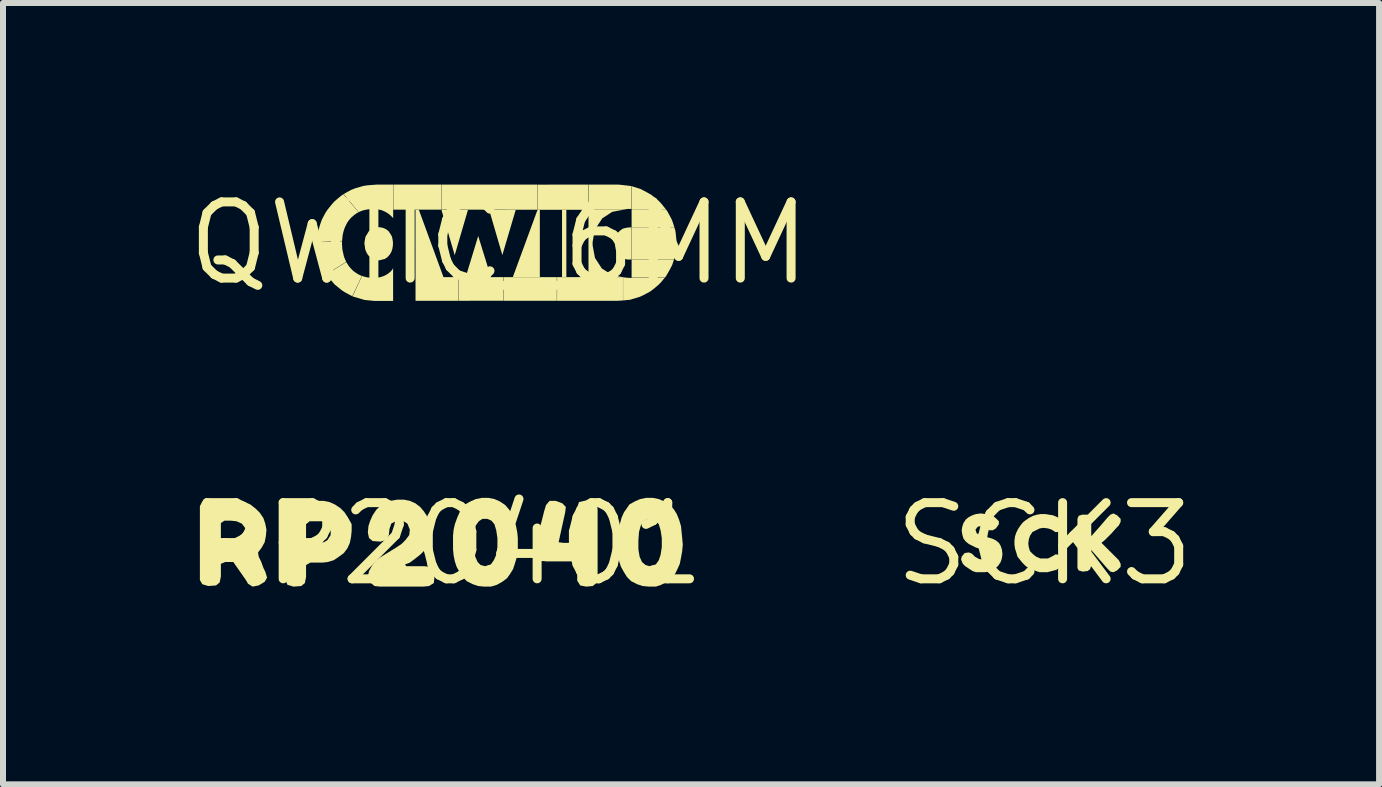
<source format=kicad_pcb>
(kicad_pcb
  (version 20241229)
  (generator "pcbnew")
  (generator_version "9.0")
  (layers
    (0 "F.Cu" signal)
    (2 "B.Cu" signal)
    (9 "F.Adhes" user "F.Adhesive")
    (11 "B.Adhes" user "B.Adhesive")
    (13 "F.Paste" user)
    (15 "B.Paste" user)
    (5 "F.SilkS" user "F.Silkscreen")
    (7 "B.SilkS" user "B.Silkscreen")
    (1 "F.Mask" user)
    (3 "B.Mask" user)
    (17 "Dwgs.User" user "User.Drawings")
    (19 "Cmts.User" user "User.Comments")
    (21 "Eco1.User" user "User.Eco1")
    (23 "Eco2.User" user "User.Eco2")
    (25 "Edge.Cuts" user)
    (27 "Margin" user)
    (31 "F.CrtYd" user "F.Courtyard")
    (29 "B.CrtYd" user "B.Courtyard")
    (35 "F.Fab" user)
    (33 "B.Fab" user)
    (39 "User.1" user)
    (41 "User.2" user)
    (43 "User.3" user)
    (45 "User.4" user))
  (footprint "QWIIC_6MM"
    (layer "F.Cu")
    (at 5.269 1.006)
    (property "Reference" "QWIIC_6MM" (at 0 0 0) (layer "F.SilkS") (effects (font (size 1.27 1.27) (thickness 0.15))))
    (attr through_hole)
    (fp_poly (pts (xy -0.96 -0.557) (xy -0.739 0.198) (xy -0.518 -0.558) (xy -0.958 -0.557)) (stroke (width 0) (type solid)) (fill yes) (layer "F.SilkS"))
    (fp_poly (pts (xy -0.348 -0.12) (xy -0.556 0.563) (xy -0.135 0.563) (xy -0.347 -0.121)) (stroke (width 0) (type solid)) (fill yes) (layer "F.SilkS"))
    (fp_poly (pts (xy -0.165 -0.558) (xy 0.055 0.196) (xy 0.278 -0.557) (xy -0.163 -0.557)) (stroke (width 0) (type solid)) (fill yes) (layer "F.SilkS"))
    (fp_poly (pts (xy -1.764 -0.979) (xy -0.964 -0.979) (xy -0.964 -0.561) (xy -1.762 -0.561) (xy -1.762 -0.979)) (stroke (width 0) (type solid)) (fill yes) (layer "F.SilkS"))
    (fp_poly (pts (xy -0.961 -0.979) (xy -0.961 -0.561) (xy 0.64 -0.56) (xy 0.64 -0.979) (xy -0.96 -0.979)) (stroke (width 0) (type solid)) (fill yes) (layer "F.SilkS"))
    (fp_poly (pts (xy -0.672 0.564) (xy -0.672 0.958) (xy 0.073 0.957) (xy 0.072 0.564) (xy -0.67 0.564)) (stroke (width 0) (type solid)) (fill yes) (layer "F.SilkS"))
    (fp_poly (pts (xy 0.075 0.564) (xy 0.075 0.958) (xy 0.963 0.958) (xy 0.963 0.564) (xy 0.076 0.564)) (stroke (width 0) (type solid)) (fill yes) (layer "F.SilkS"))
    (fp_poly (pts (xy 0.641 -0.557) (xy 0.23 0.563) (xy 0.68 0.563) (xy 0.68 -0.557) (xy 0.642 -0.557)) (stroke (width 0) (type solid)) (fill yes) (layer "F.SilkS"))
    (fp_poly (pts (xy 0.642 -0.979) (xy 0.642 -0.559) (xy 1.491 -0.559) (xy 1.49 -0.979) (xy 0.641 -0.978)) (stroke (width 0) (type solid)) (fill yes) (layer "F.SilkS"))
    (fp_poly (pts (xy 1.05 -0.558) (xy 1.05 0.561) (xy 1.122 0.561) (xy 1.122 -0.558) (xy 1.051 -0.558)) (stroke (width 0) (type solid)) (fill yes) (layer "F.SilkS"))
    (fp_poly (pts (xy 0.966 0.564) (xy 2.066 0.564) (xy 2.066 0.953) (xy 1.976 0.958) (xy 0.967 0.958) (xy 0.968 0.567)) (stroke (width 0) (type solid)) (fill yes) (layer "F.SilkS"))
    (fp_poly (pts (xy -1.393 -0.559) (xy -1.392 0.958) (xy -0.675 0.958) (xy -0.675 0.564) (xy -0.926 0.564) (xy -1.337 -0.56) (xy -1.393 -0.56)) (stroke (width 0) (type solid)) (fill yes) (layer "F.SilkS"))
    (fp_poly (pts (xy 1.494 -0.979) (xy 1.494 -0.559) (xy 2.052 -0.559) (xy 2.144 -0.573) (xy 2.206 -0.573) (xy 2.206 -0.954) (xy 1.992 -0.979) (xy 1.495 -0.979)) (stroke (width 0) (type solid)) (fill yes) (layer "F.SilkS"))
    (fp_poly (pts (xy 2.21 -0.57) (xy 2.21 -0.271) (xy 2.921 -0.272) (xy 2.893 -0.36) (xy 2.873 -0.409) (xy 2.834 -0.481) (xy 2.803 -0.537) (xy 2.779 -0.569) (xy 2.211 -0.569)) (stroke (width 0) (type solid)) (fill yes) (layer "F.SilkS"))
    (fp_poly (pts (xy 2.21 0.273) (xy 2.21 0.573) (xy 2.764 0.573) (xy 2.786 0.544) (xy 2.846 0.439) (xy 2.885 0.364) (xy 2.897 0.33) (xy 2.915 0.272) (xy 2.211 0.272)) (stroke (width 0) (type solid)) (fill yes) (layer "F.SilkS"))
    (fp_poly (pts (xy 2.209 -0.953) (xy 2.209 -0.571) (xy 2.778 -0.571) (xy 2.702 -0.665) (xy 2.664 -0.705) (xy 2.624 -0.738) (xy 2.58 -0.774) (xy 2.547 -0.802) (xy 2.504 -0.828) (xy 2.42 -0.874) (xy 2.355 -0.907) (xy 2.302 -0.924)) (stroke (width 0) (type solid)) (fill yes) (layer "F.SilkS"))
    (fp_poly (pts (xy 2.209 -0.268) (xy 2.209 0.272) (xy 2.915 0.271) (xy 2.935 0.207) (xy 2.944 0.16) (xy 2.96 0.005) (xy 2.954 -0.082) (xy 2.943 -0.183) (xy 2.938 -0.215) (xy 2.926 -0.254) (xy 2.922 -0.269) (xy 2.21 -0.269)) (stroke (width 0) (type solid)) (fill yes) (layer "F.SilkS"))
    (fp_poly (pts (xy 1.491 -0.557) (xy 1.491 0.564) (xy 2.06 0.564) (xy 1.895 0.534) (xy 1.714 0.42) (xy 1.599 0.243) (xy 1.56 0.035) (xy 1.56 -0.02) (xy 1.595 -0.226) (xy 1.721 -0.416) (xy 1.886 -0.524) (xy 2.048 -0.556) (xy 1.493 -0.556)) (stroke (width 0) (type solid)) (fill yes) (layer "F.SilkS"))
    (fp_poly (pts (xy 2.07 0.565) (xy 2.104 0.571) (xy 2.147 0.575) (xy 2.196 0.577) (xy 2.76 0.577) (xy 2.7 0.649) (xy 2.657 0.693) (xy 2.582 0.756) (xy 2.52 0.803) (xy 2.454 0.839) (xy 2.397 0.869) (xy 2.335 0.896) (xy 2.265 0.917) (xy 2.203 0.935) (xy 2.185 0.941) (xy 2.068 0.952) (xy 2.068 0.565)) (stroke (width 0) (type solid)) (fill yes) (layer "F.SilkS"))
    (fp_poly (pts (xy 2.207 -0.267) (xy 2.207 0.27) (xy 2.14 0.27) (xy 2.093 0.261) (xy 2.041 0.239) (xy 2.002 0.209) (xy 1.975 0.169) (xy 1.949 0.119) (xy 1.933 0.028) (xy 1.933 -0.012) (xy 1.942 -0.087) (xy 1.963 -0.138) (xy 1.986 -0.183) (xy 2.024 -0.217) (xy 2.06 -0.242) (xy 2.09 -0.252) (xy 2.146 -0.263) (xy 2.206 -0.267)) (stroke (width 0) (type solid)) (fill yes) (layer "F.SilkS"))
    (fp_poly (pts (xy -2.286 0.543) (xy -2.447 0.883) (xy -2.486 0.861) (xy -2.52 0.843) (xy -2.561 0.821) (xy -2.607 0.793) (xy -2.63 0.776) (xy -2.746 0.681) (xy -2.808 0.607) (xy -2.842 0.566) (xy -2.878 0.518) (xy -2.546 0.312) (xy -2.534 0.333) (xy -2.51 0.371) (xy -2.492 0.395) (xy -2.47 0.42) (xy -2.443 0.448) (xy -2.413 0.474) (xy -2.383 0.494) (xy -2.348 0.516) (xy -2.316 0.532)) (stroke (width 0) (type solid)) (fill yes) (layer "F.SilkS"))
    (fp_poly (pts (xy -2.88 0.516) (xy -2.548 0.309) (xy -2.561 0.28) (xy -2.576 0.246) (xy -2.587 0.214) (xy -2.598 0.165) (xy -2.608 0.121) (xy -2.613 0.089) (xy -2.617 0.024) (xy -2.618 -0.002) (xy -2.617 -0.035) (xy -3.032 -0.017) (xy -3.031 0.026) (xy -3.026 0.077) (xy -3.021 0.124) (xy -3.017 0.163) (xy -3.01 0.196) (xy -2.992 0.262) (xy -2.964 0.346) (xy -2.942 0.4) (xy -2.917 0.445) (xy -2.89 0.495) (xy -2.879 0.515)) (stroke (width 0) (type solid)) (fill yes) (layer "F.SilkS"))
    (fp_poly (pts (xy -1.766 0.417) (xy -1.766 0.961) (xy -2.072 0.961) (xy -2.243 0.944) (xy -2.443 0.885) (xy -2.284 0.544) (xy -2.222 0.563) (xy -2.161 0.573) (xy -2.125 0.576) (xy -2.095 0.577) (xy -2.065 0.577) (xy -2.029 0.573) (xy -1.997 0.568) (xy -1.968 0.561) (xy -1.931 0.549) (xy -1.903 0.537) (xy -1.873 0.52) (xy -1.851 0.506) (xy -1.832 0.491) (xy -1.809 0.472) (xy -1.79 0.452) (xy -1.78 0.438) (xy -1.774 0.428) (xy -1.767 0.416)) (stroke (width 0) (type solid)) (fill yes) (layer "F.SilkS"))
    (fp_poly (pts (xy -2.174 -0.196) (xy -2.227 -0.108) (xy -2.245 -0.004) (xy -2.231 0.1) (xy -2.21 0.153) (xy -2.181 0.2) (xy -2.108 0.264) (xy -2.003 0.285) (xy -1.901 0.26) (xy -1.857 0.227) (xy -1.824 0.191) (xy -1.795 0.143) (xy -1.779 0.095) (xy -1.77 0.041) (xy -1.768 -0.015) (xy -1.776 -0.07) (xy -1.786 -0.113) (xy -1.807 -0.151) (xy -1.843 -0.204) (xy -1.884 -0.235) (xy -1.933 -0.257) (xy -1.982 -0.267) (xy -2.033 -0.267) (xy -2.085 -0.255) (xy -2.132 -0.23) (xy -2.174 -0.198)) (stroke (width 0) (type solid)) (fill yes) (layer "F.SilkS"))
    (fp_poly (pts (xy -2.591 -0.821) (xy -2.34 -0.519) (xy -2.309 -0.533) (xy -2.274 -0.547) (xy -2.233 -0.557) (xy -2.183 -0.566) (xy -2.141 -0.57) (xy -2.094 -0.572) (xy -2.077 -0.572) (xy -2.046 -0.569) (xy -2.025 -0.567) (xy -1.995 -0.561) (xy -1.982 -0.558) (xy -1.958 -0.552) (xy -1.936 -0.543) (xy -1.907 -0.531) (xy -1.879 -0.516) (xy -1.853 -0.5) (xy -1.823 -0.477) (xy -1.798 -0.454) (xy -1.773 -0.429) (xy -1.765 -0.42) (xy -1.765 -0.979) (xy -2.038 -0.979) (xy -2.202 -0.966) (xy -2.269 -0.955) (xy -2.394 -0.918) (xy -2.462 -0.892) (xy -2.523 -0.859) (xy -2.589 -0.822)) (stroke (width 0) (type solid)) (fill yes) (layer "F.SilkS"))
    (fp_poly (pts (xy -2.99 -0.289) (xy -3.017 -0.189) (xy -3.023 -0.128) (xy -3.03 -0.06) (xy -3.033 -0.02) (xy -2.616 -0.041) (xy -2.61 -0.11) (xy -2.606 -0.139) (xy -2.599 -0.171) (xy -2.591 -0.204) (xy -2.578 -0.245) (xy -2.565 -0.276) (xy -2.548 -0.312) (xy -2.529 -0.347) (xy -2.514 -0.369) (xy -2.491 -0.399) (xy -2.459 -0.435) (xy -2.406 -0.478) (xy -2.378 -0.498) (xy -2.342 -0.518) (xy -2.594 -0.819) (xy -2.629 -0.795) (xy -2.678 -0.755) (xy -2.706 -0.731) (xy -2.73 -0.71) (xy -2.748 -0.694) (xy -2.773 -0.666) (xy -2.808 -0.624) (xy -2.84 -0.585) (xy -2.862 -0.556) (xy -2.881 -0.529) (xy -2.899 -0.498) (xy -2.915 -0.469) (xy -2.955 -0.391) (xy -2.983 -0.312) (xy -2.99 -0.288)) (stroke (width 0) (type solid)) (fill yes) (layer "F.SilkS")))
  (footprint "RP20401"
    (layer "F.Cu")
    (at 4.392 6.019)
    (property "Reference" "RP20401" (at 0 0 0) (layer "F.SilkS") (effects (font (size 1.27 1.27) (thickness 0.15))))
    (attr through_hole)
    (fp_poly (pts (xy 2.21 -0.7) (xy 2.18 -0.61) (xy 2.18 -0.1) (xy 2.16 -0.02) (xy 1.95 -0.02) (xy 1.87 -0.03) (xy 1.98 -0.53) (xy 1.99 -0.62) (xy 1.93 -0.68) (xy 1.82 -0.72) (xy 1.72 -0.72) (xy 1.66 -0.65) (xy 1.63 -0.55) (xy 1.48 0.04) (xy 1.48 0.14) (xy 1.49 0.24) (xy 1.56 0.28) (xy 1.68 0.29) (xy 2.09 0.29) (xy 2.18 0.3) (xy 2.18 0.51) (xy 2.18 0.61) (xy 2.23 0.69) (xy 2.33 0.71) (xy 2.44 0.7) (xy 2.51 0.64) (xy 2.52 0.54) (xy 2.52 -0.58) (xy 2.5 -0.67) (xy 2.42 -0.72) (xy 2.3 -0.72)) (stroke (width 0) (type solid)) (fill yes) (layer "F.SilkS"))
    (fp_poly (pts (xy -1.59 -0.35) (xy -1.64 -0.44) (xy -1.7 -0.53) (xy -1.77 -0.6) (xy -1.86 -0.66) (xy -1.95 -0.7) (xy -2.05 -0.72) (xy -2.14 -0.72) (xy -2.45 -0.72) (xy -2.56 -0.72) (xy -2.65 -0.69) (xy -2.69 -0.61) (xy -2.69 0.51) (xy -2.68 0.61) (xy -2.65 0.68) (xy -2.55 0.71) (xy -2.42 0.7) (xy -2.36 0.65) (xy -2.34 0.55) (xy -2.34 0.35) (xy -2.27 0.31) (xy -2.07 0.31) (xy -1.98 0.3) (xy -1.88 0.27) (xy -2.04 -0.03) (xy -2.34 -0.03) (xy -2.34 -0.33) (xy -2.28 -0.38) (xy -2.08 -0.38) (xy -1.99 -0.34) (xy -1.93 -0.26) (xy -1.93 -0.15) (xy -1.98 -0.07) (xy -2.04 -0.03) (xy -1.88 0.27) (xy -1.79 0.21) (xy -1.71 0.15) (xy -1.65 0.07) (xy -1.61 -0.02) (xy -1.59 -0.12) (xy -1.58 -0.22) (xy -1.58 -0.33)) (stroke (width 0) (type solid)) (fill yes) (layer "F.SilkS"))
    (fp_poly (pts (xy -3.05 0.4) (xy -3.09 0.29) (xy -3.13 0.21) (xy -3.14 0.14) (xy -3.08 0.06) (xy -3.03 -0.03) (xy -3.01 -0.13) (xy -3 -0.24) (xy -3.02 -0.34) (xy -3.05 -0.43) (xy -3.11 -0.52) (xy -3.18 -0.59) (xy -3.41 -0.34) (xy -3.35 -0.26) (xy -3.36 -0.15) (xy -3.41 -0.07) (xy -3.51 -0.04) (xy -3.71 -0.04) (xy -3.76 -0.04) (xy -3.76 -0.35) (xy -3.7 -0.39) (xy -3.6 -0.39) (xy -3.5 -0.38) (xy -3.41 -0.34) (xy -3.18 -0.59) (xy -3.27 -0.66) (xy -3.36 -0.7) (xy -3.45 -0.73) (xy -3.55 -0.73) (xy -3.97 -0.73) (xy -4.07 -0.71) (xy -4.11 -0.63) (xy -4.11 -0.53) (xy -4.11 0.49) (xy -4.11 0.6) (xy -4.07 0.67) (xy -3.97 0.7) (xy -3.84 0.69) (xy -3.78 0.64) (xy -3.76 0.54) (xy -3.76 0.33) (xy -3.69 0.3) (xy -3.49 0.3) (xy -3.41 0.42) (xy -3.31 0.66) (xy -3.23 0.71) (xy -3.13 0.69) (xy -3.03 0.63) (xy -2.99 0.56) (xy -3.02 0.46)) (stroke (width 0) (type solid)) (fill yes) (layer "F.SilkS"))
    (fp_poly (pts (xy -0.37 0.37) (xy -0.67 0.37) (xy -0.69 0.34) (xy -0.61 0.31) (xy -0.53 0.25) (xy -0.44 0.18) (xy -0.37 0.11) (xy -0.31 0.02) (xy -0.28 -0.07) (xy -0.26 -0.17) (xy -0.26 -0.27) (xy -0.28 -0.37) (xy -0.32 -0.46) (xy -0.38 -0.55) (xy -0.44 -0.62) (xy -0.52 -0.68) (xy -0.61 -0.72) (xy -0.71 -0.74) (xy -0.82 -0.74) (xy -0.93 -0.72) (xy -1.02 -0.69) (xy -1.1 -0.64) (xy -1.17 -0.57) (xy -1.23 -0.48) (xy -1.27 -0.39) (xy -1.3 -0.3) (xy -1.31 -0.19) (xy -1.29 -0.1) (xy -1.23 -0.05) (xy -1.1 -0.04) (xy -1 -0.07) (xy -0.96 -0.15) (xy -0.95 -0.25) (xy -0.92 -0.34) (xy -0.83 -0.39) (xy -0.73 -0.39) (xy -0.65 -0.34) (xy -0.61 -0.24) (xy -0.62 -0.15) (xy -0.68 -0.07) (xy -0.75 0) (xy -0.84 0.06) (xy -1.1 0.22) (xy -1.18 0.28) (xy -1.24 0.36) (xy -1.29 0.45) (xy -1.31 0.54) (xy -1.27 0.64) (xy -1.2 0.7) (xy -1.1 0.71) (xy -0.39 0.71) (xy -0.29 0.7) (xy -0.21 0.65) (xy -0.2 0.55) (xy -0.21 0.45) (xy -0.27 0.38)) (stroke (width 0) (type solid)) (fill yes) (layer "F.SilkS"))
    (fp_poly (pts (xy 0.27 -0.6) (xy 0.22 -0.53) (xy 0.18 -0.44) (xy 0.14 -0.33) (xy 0.12 -0.24) (xy 0.11 -0.14) (xy 0.11 -0.02) (xy 0.11 0.09) (xy 0.12 0.19) (xy 0.14 0.29) (xy 0.17 0.38) (xy 0.22 0.47) (xy 0.27 0.55) (xy 0.34 0.62) (xy 0.44 0.67) (xy 0.53 0.7) (xy 0.63 0.71) (xy 0.74 0.71) (xy 0.84 0.68) (xy 0.93 0.63) (xy 1.01 0.57) (xy 1.06 0.5) (xy 1.11 0.42) (xy 1.14 0.33) (xy 1.17 0.23) (xy 1.19 0.12) (xy 1.19 0.01) (xy 1.19 -0.1) (xy 1.18 -0.2) (xy 1.16 -0.3) (xy 0.83 -0.23) (xy 0.85 -0.1) (xy 0.85 0.05) (xy 0.83 0.18) (xy 0.79 0.27) (xy 0.74 0.34) (xy 0.67 0.36) (xy 0.65 0.37) (xy 0.57 0.35) (xy 0.52 0.3) (xy 0.48 0.21) (xy 0.46 0.09) (xy 0.45 -0.06) (xy 0.46 -0.2) (xy 0.49 -0.31) (xy 0.54 -0.38) (xy 0.6 -0.42) (xy 0.68 -0.42) (xy 0.75 -0.39) (xy 0.8 -0.33) (xy 0.83 -0.23) (xy 1.16 -0.3) (xy 1.13 -0.4) (xy 1.1 -0.5) (xy 1.04 -0.58) (xy 0.98 -0.65) (xy 0.89 -0.71) (xy 0.8 -0.75) (xy 0.7 -0.77) (xy 0.59 -0.77) (xy 0.49 -0.75) (xy 0.4 -0.71) (xy 0.31 -0.66)) (stroke (width 0) (type solid)) (fill yes) (layer "F.SilkS"))
    (fp_poly (pts (xy 3.01 -0.6) (xy 2.96 -0.53) (xy 2.92 -0.44) (xy 2.89 -0.33) (xy 2.87 -0.24) (xy 2.85 -0.14) (xy 2.85 -0.02) (xy 2.85 0.09) (xy 2.87 0.19) (xy 2.88 0.29) (xy 2.91 0.38) (xy 2.96 0.47) (xy 3.01 0.55) (xy 3.08 0.62) (xy 3.18 0.67) (xy 3.27 0.7) (xy 3.38 0.71) (xy 3.49 0.71) (xy 3.58 0.68) (xy 3.67 0.63) (xy 3.75 0.57) (xy 3.81 0.5) (xy 3.85 0.42) (xy 3.89 0.33) (xy 3.91 0.23) (xy 3.93 0.12) (xy 3.94 0.01) (xy 3.93 -0.1) (xy 3.92 -0.2) (xy 3.91 -0.3) (xy 3.57 -0.23) (xy 3.59 -0.1) (xy 3.59 0.05) (xy 3.57 0.18) (xy 3.54 0.27) (xy 3.49 0.34) (xy 3.41 0.36) (xy 3.39 0.37) (xy 3.32 0.35) (xy 3.26 0.3) (xy 3.22 0.21) (xy 3.2 0.09) (xy 3.2 -0.06) (xy 3.21 -0.2) (xy 3.24 -0.31) (xy 3.28 -0.38) (xy 3.35 -0.42) (xy 3.42 -0.42) (xy 3.49 -0.39) (xy 3.54 -0.33) (xy 3.57 -0.23) (xy 3.91 -0.3) (xy 3.88 -0.4) (xy 3.84 -0.5) (xy 3.79 -0.58) (xy 3.72 -0.65) (xy 3.63 -0.71) (xy 3.54 -0.75) (xy 3.44 -0.77) (xy 3.33 -0.77) (xy 3.23 -0.75) (xy 3.14 -0.71) (xy 3.05 -0.66)) (stroke (width 0) (type solid)) (fill yes) (layer "F.SilkS")))
  (footprint "SCK3"
    (layer "F.Cu")
    (at 14.361 6.019)
    (property "Reference" "SCK3" (at 0 0 0) (layer "F.SilkS") (effects (font (size 1.27 1.27) (thickness 0.15))))
    (attr through_hole)
    (fp_poly (pts (xy 0.95 -0.02) (xy 1 -0.06) (xy 1.12 -0.18) (xy 1.2 -0.27) (xy 1.24 -0.31) (xy 1.27 -0.37) (xy 1.27 -0.42) (xy 1.21 -0.48) (xy 1.15 -0.51) (xy 1.1 -0.49) (xy 1.05 -0.44) (xy 0.93 -0.3) (xy 0.78 -0.13) (xy 0.78 -0.19) (xy 0.78 -0.39) (xy 0.76 -0.46) (xy 0.72 -0.49) (xy 0.63 -0.49) (xy 0.57 -0.47) (xy 0.55 -0.42) (xy 0.55 0.32) (xy 0.55 0.4) (xy 0.57 0.44) (xy 0.64 0.46) (xy 0.72 0.45) (xy 0.76 0.42) (xy 0.78 0.36) (xy 0.78 0.15) (xy 0.78 0.1) (xy 1.05 0.41) (xy 1.1 0.46) (xy 1.15 0.47) (xy 1.21 0.44) (xy 1.27 0.38) (xy 1.27 0.33) (xy 1.24 0.27) (xy 1.12 0.15)) (stroke (width 0) (type solid)) (fill yes) (layer "F.SilkS"))
    (fp_poly (pts (xy 0.12 0.21) (xy 0.06 0.24) (xy -0.01 0.24) (xy -0.07 0.24) (xy -0.14 0.21) (xy -0.19 0.17) (xy -0.24 0.12) (xy -0.26 0.06) (xy -0.27 -0.01) (xy -0.26 -0.08) (xy -0.24 -0.14) (xy -0.2 -0.2) (xy -0.14 -0.23) (xy -0.08 -0.26) (xy -0.02 -0.27) (xy 0.06 -0.26) (xy 0.12 -0.24) (xy 0.18 -0.2) (xy 0.22 -0.2) (xy 0.28 -0.25) (xy 0.32 -0.31) (xy 0.31 -0.37) (xy 0.26 -0.42) (xy 0.21 -0.45) (xy 0.14 -0.48) (xy 0.07 -0.49) (xy 0.01 -0.5) (xy -0.06 -0.5) (xy -0.12 -0.49) (xy -0.19 -0.47) (xy -0.25 -0.44) (xy -0.31 -0.4) (xy -0.36 -0.36) (xy -0.4 -0.31) (xy -0.44 -0.25) (xy -0.47 -0.19) (xy -0.49 -0.13) (xy -0.5 -0.06) (xy -0.5 0.01) (xy -0.49 0.08) (xy -0.47 0.14) (xy -0.45 0.21) (xy -0.41 0.26) (xy -0.37 0.31) (xy -0.32 0.36) (xy -0.27 0.4) (xy -0.2 0.43) (xy -0.14 0.45) (xy -0.08 0.47) (xy -0.01 0.47) (xy 0.05 0.47) (xy 0.12 0.45) (xy 0.2 0.43) (xy 0.24 0.4) (xy 0.3 0.36) (xy 0.31 0.3) (xy 0.28 0.23) (xy 0.23 0.18) (xy 0.19 0.17)) (stroke (width 0) (type solid)) (fill yes) (layer "F.SilkS"))
    (fp_poly (pts (xy -1.36 0.33) (xy -1.32 0.37) (xy -1.26 0.41) (xy -1.2 0.45) (xy -1.14 0.47) (xy -1.07 0.47) (xy -1 0.47) (xy -0.93 0.46) (xy -0.87 0.43) (xy -0.81 0.4) (xy -0.77 0.36) (xy -0.73 0.3) (xy -0.71 0.24) (xy -0.7 0.17) (xy -0.71 0.09) (xy -0.73 0.03) (xy -0.76 -0.02) (xy -0.81 -0.06) (xy -0.87 -0.09) (xy -0.94 -0.11) (xy -1.07 -0.14) (xy -1.13 -0.18) (xy -1.15 -0.24) (xy -1.11 -0.29) (xy -1.04 -0.3) (xy -0.98 -0.28) (xy -0.92 -0.23) (xy -0.86 -0.23) (xy -0.81 -0.26) (xy -0.76 -0.33) (xy -0.76 -0.38) (xy -0.81 -0.43) (xy -0.86 -0.47) (xy -0.93 -0.49) (xy -0.99 -0.5) (xy -1.06 -0.51) (xy -1.14 -0.5) (xy -1.2 -0.48) (xy -1.26 -0.45) (xy -1.31 -0.41) (xy -1.35 -0.35) (xy -1.37 -0.29) (xy -1.38 -0.23) (xy -1.37 -0.16) (xy -1.35 -0.09) (xy -1.31 -0.04) (xy -1.26 0) (xy -1.2 0.03) (xy -1.14 0.06) (xy -1.07 0.08) (xy -1.01 0.09) (xy -0.95 0.12) (xy -0.93 0.18) (xy -0.96 0.23) (xy -1.02 0.26) (xy -1.09 0.25) (xy -1.16 0.21) (xy -1.21 0.16) (xy -1.26 0.14) (xy -1.33 0.15) (xy -1.38 0.21) (xy -1.39 0.26)) (stroke (width 0) (type solid)) (fill yes) (layer "F.SilkS")))
  (gr_rect
    (start -3 -3)
    (end 19.939 10.025)
    (stroke (width 0.1) (type default))
    (fill no)
    (layer "Edge.Cuts")))
</source>
